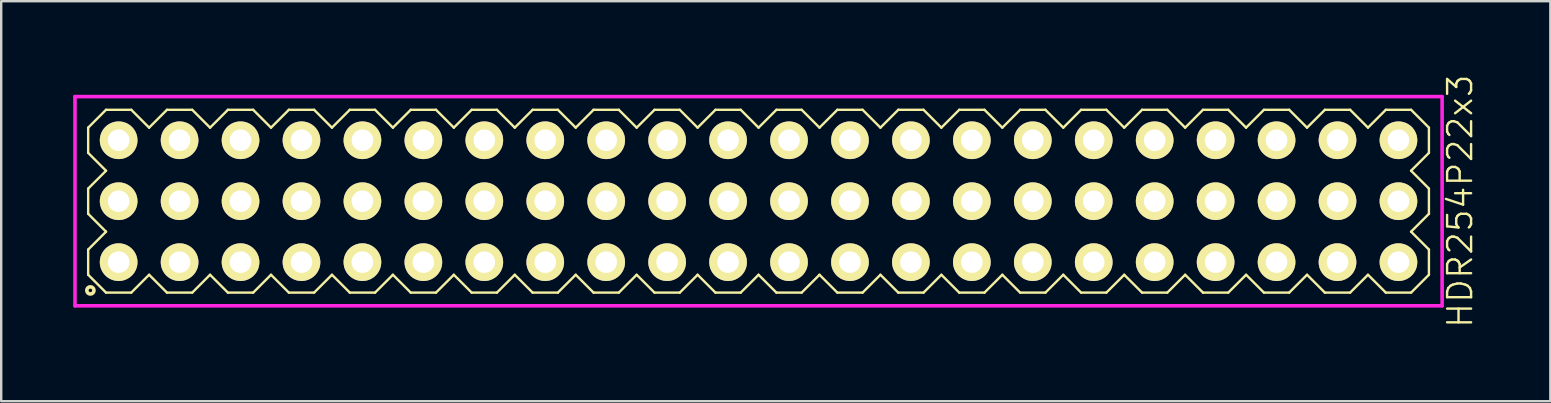
<source format=kicad_pcb>
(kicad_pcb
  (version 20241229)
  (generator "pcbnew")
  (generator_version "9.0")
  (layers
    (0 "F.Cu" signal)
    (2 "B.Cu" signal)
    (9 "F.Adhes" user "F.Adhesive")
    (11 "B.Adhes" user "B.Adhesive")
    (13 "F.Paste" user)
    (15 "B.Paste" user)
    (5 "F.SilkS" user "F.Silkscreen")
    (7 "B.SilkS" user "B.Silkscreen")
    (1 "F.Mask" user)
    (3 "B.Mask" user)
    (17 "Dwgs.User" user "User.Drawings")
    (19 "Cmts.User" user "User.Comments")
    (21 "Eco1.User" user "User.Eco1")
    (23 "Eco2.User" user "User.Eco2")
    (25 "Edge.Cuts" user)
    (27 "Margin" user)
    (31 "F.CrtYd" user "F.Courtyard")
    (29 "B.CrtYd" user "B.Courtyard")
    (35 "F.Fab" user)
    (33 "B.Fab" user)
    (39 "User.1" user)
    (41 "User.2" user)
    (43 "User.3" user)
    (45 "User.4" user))
  (footprint "HDR254P22x3"
    (layer "F.Cu")
    (at 28.565 5.336)
    (property "Reference" "HDR254P22x3" (at 29.24 0 90) (layer "F.SilkS") (effects (font (size 1 1) (thickness 0.1))))
    (attr through_hole)
    (fp_line (start -27.94 -3.066) (end -27.196 -3.81) (stroke (width 0.1) (type solid)) (layer "F.SilkS"))
    (fp_line (start -27.94 -2.014) (end -27.94 -3.066) (stroke (width 0.1) (type solid)) (layer "F.SilkS"))
    (fp_line (start -27.94 -0.526) (end -27.196 -1.27) (stroke (width 0.1) (type solid)) (layer "F.SilkS"))
    (fp_line (start -27.94 0.526) (end -27.94 -0.526) (stroke (width 0.1) (type solid)) (layer "F.SilkS"))
    (fp_line (start -27.94 2.014) (end -27.196 1.27) (stroke (width 0.1) (type solid)) (layer "F.SilkS"))
    (fp_line (start -27.94 3.066) (end -27.94 2.014) (stroke (width 0.1) (type solid)) (layer "F.SilkS"))
    (fp_line (start -27.196 -3.81) (end -26.144 -3.81) (stroke (width 0.1) (type solid)) (layer "F.SilkS"))
    (fp_line (start -27.196 -1.27) (end -27.94 -2.014) (stroke (width 0.1) (type solid)) (layer "F.SilkS"))
    (fp_line (start -27.196 1.27) (end -27.94 0.526) (stroke (width 0.1) (type solid)) (layer "F.SilkS"))
    (fp_line (start -27.196 3.81) (end -27.94 3.066) (stroke (width 0.1) (type solid)) (layer "F.SilkS"))
    (fp_line (start -26.144 -3.81) (end -25.4 -3.066) (stroke (width 0.1) (type solid)) (layer "F.SilkS"))
    (fp_line (start -26.144 3.81) (end -27.196 3.81) (stroke (width 0.1) (type solid)) (layer "F.SilkS"))
    (fp_line (start -25.4 -3.066) (end -24.656 -3.81) (stroke (width 0.1) (type solid)) (layer "F.SilkS"))
    (fp_line (start -25.4 3.066) (end -26.144 3.81) (stroke (width 0.1) (type solid)) (layer "F.SilkS"))
    (fp_line (start -24.656 -3.81) (end -23.604 -3.81) (stroke (width 0.1) (type solid)) (layer "F.SilkS"))
    (fp_line (start -24.656 3.81) (end -25.4 3.066) (stroke (width 0.1) (type solid)) (layer "F.SilkS"))
    (fp_line (start -23.604 -3.81) (end -22.86 -3.066) (stroke (width 0.1) (type solid)) (layer "F.SilkS"))
    (fp_line (start -23.604 3.81) (end -24.656 3.81) (stroke (width 0.1) (type solid)) (layer "F.SilkS"))
    (fp_line (start -22.86 -3.066) (end -22.116 -3.81) (stroke (width 0.1) (type solid)) (layer "F.SilkS"))
    (fp_line (start -22.86 3.066) (end -23.604 3.81) (stroke (width 0.1) (type solid)) (layer "F.SilkS"))
    (fp_line (start -22.116 -3.81) (end -21.064 -3.81) (stroke (width 0.1) (type solid)) (layer "F.SilkS"))
    (fp_line (start -22.116 3.81) (end -22.86 3.066) (stroke (width 0.1) (type solid)) (layer "F.SilkS"))
    (fp_line (start -21.064 -3.81) (end -20.32 -3.066) (stroke (width 0.1) (type solid)) (layer "F.SilkS"))
    (fp_line (start -21.064 3.81) (end -22.116 3.81) (stroke (width 0.1) (type solid)) (layer "F.SilkS"))
    (fp_line (start -20.32 -3.066) (end -19.576 -3.81) (stroke (width 0.1) (type solid)) (layer "F.SilkS"))
    (fp_line (start -20.32 3.066) (end -21.064 3.81) (stroke (width 0.1) (type solid)) (layer "F.SilkS"))
    (fp_line (start -19.576 -3.81) (end -18.524 -3.81) (stroke (width 0.1) (type solid)) (layer "F.SilkS"))
    (fp_line (start -19.576 3.81) (end -20.32 3.066) (stroke (width 0.1) (type solid)) (layer "F.SilkS"))
    (fp_line (start -18.524 -3.81) (end -17.78 -3.066) (stroke (width 0.1) (type solid)) (layer "F.SilkS"))
    (fp_line (start -18.524 3.81) (end -19.576 3.81) (stroke (width 0.1) (type solid)) (layer "F.SilkS"))
    (fp_line (start -17.78 -3.066) (end -17.036 -3.81) (stroke (width 0.1) (type solid)) (layer "F.SilkS"))
    (fp_line (start -17.78 3.066) (end -18.524 3.81) (stroke (width 0.1) (type solid)) (layer "F.SilkS"))
    (fp_line (start -17.036 -3.81) (end -15.984 -3.81) (stroke (width 0.1) (type solid)) (layer "F.SilkS"))
    (fp_line (start -17.036 3.81) (end -17.78 3.066) (stroke (width 0.1) (type solid)) (layer "F.SilkS"))
    (fp_line (start -15.984 -3.81) (end -15.24 -3.066) (stroke (width 0.1) (type solid)) (layer "F.SilkS"))
    (fp_line (start -15.984 3.81) (end -17.036 3.81) (stroke (width 0.1) (type solid)) (layer "F.SilkS"))
    (fp_line (start -15.24 -3.066) (end -14.496 -3.81) (stroke (width 0.1) (type solid)) (layer "F.SilkS"))
    (fp_line (start -15.24 3.066) (end -15.984 3.81) (stroke (width 0.1) (type solid)) (layer "F.SilkS"))
    (fp_line (start -14.496 -3.81) (end -13.444 -3.81) (stroke (width 0.1) (type solid)) (layer "F.SilkS"))
    (fp_line (start -14.496 3.81) (end -15.24 3.066) (stroke (width 0.1) (type solid)) (layer "F.SilkS"))
    (fp_line (start -13.444 -3.81) (end -12.7 -3.066) (stroke (width 0.1) (type solid)) (layer "F.SilkS"))
    (fp_line (start -13.444 3.81) (end -14.496 3.81) (stroke (width 0.1) (type solid)) (layer "F.SilkS"))
    (fp_line (start -12.7 -3.066) (end -11.956 -3.81) (stroke (width 0.1) (type solid)) (layer "F.SilkS"))
    (fp_line (start -12.7 3.066) (end -13.444 3.81) (stroke (width 0.1) (type solid)) (layer "F.SilkS"))
    (fp_line (start -11.956 -3.81) (end -10.904 -3.81) (stroke (width 0.1) (type solid)) (layer "F.SilkS"))
    (fp_line (start -11.956 3.81) (end -12.7 3.066) (stroke (width 0.1) (type solid)) (layer "F.SilkS"))
    (fp_line (start -10.904 -3.81) (end -10.16 -3.066) (stroke (width 0.1) (type solid)) (layer "F.SilkS"))
    (fp_line (start -10.904 3.81) (end -11.956 3.81) (stroke (width 0.1) (type solid)) (layer "F.SilkS"))
    (fp_line (start -10.16 -3.066) (end -9.416 -3.81) (stroke (width 0.1) (type solid)) (layer "F.SilkS"))
    (fp_line (start -10.16 3.066) (end -10.904 3.81) (stroke (width 0.1) (type solid)) (layer "F.SilkS"))
    (fp_line (start -9.416 -3.81) (end -8.364 -3.81) (stroke (width 0.1) (type solid)) (layer "F.SilkS"))
    (fp_line (start -9.416 3.81) (end -10.16 3.066) (stroke (width 0.1) (type solid)) (layer "F.SilkS"))
    (fp_line (start -8.364 -3.81) (end -7.62 -3.066) (stroke (width 0.1) (type solid)) (layer "F.SilkS"))
    (fp_line (start -8.364 3.81) (end -9.416 3.81) (stroke (width 0.1) (type solid)) (layer "F.SilkS"))
    (fp_line (start -7.62 -3.066) (end -6.876 -3.81) (stroke (width 0.1) (type solid)) (layer "F.SilkS"))
    (fp_line (start -7.62 3.066) (end -8.364 3.81) (stroke (width 0.1) (type solid)) (layer "F.SilkS"))
    (fp_line (start -6.876 -3.81) (end -5.824 -3.81) (stroke (width 0.1) (type solid)) (layer "F.SilkS"))
    (fp_line (start -6.876 3.81) (end -7.62 3.066) (stroke (width 0.1) (type solid)) (layer "F.SilkS"))
    (fp_line (start -5.824 -3.81) (end -5.08 -3.066) (stroke (width 0.1) (type solid)) (layer "F.SilkS"))
    (fp_line (start -5.824 3.81) (end -6.876 3.81) (stroke (width 0.1) (type solid)) (layer "F.SilkS"))
    (fp_line (start -5.08 -3.066) (end -4.336 -3.81) (stroke (width 0.1) (type solid)) (layer "F.SilkS"))
    (fp_line (start -5.08 3.066) (end -5.824 3.81) (stroke (width 0.1) (type solid)) (layer "F.SilkS"))
    (fp_line (start -4.336 -3.81) (end -3.284 -3.81) (stroke (width 0.1) (type solid)) (layer "F.SilkS"))
    (fp_line (start -4.336 3.81) (end -5.08 3.066) (stroke (width 0.1) (type solid)) (layer "F.SilkS"))
    (fp_line (start -3.284 -3.81) (end -2.54 -3.066) (stroke (width 0.1) (type solid)) (layer "F.SilkS"))
    (fp_line (start -3.284 3.81) (end -4.336 3.81) (stroke (width 0.1) (type solid)) (layer "F.SilkS"))
    (fp_line (start -2.54 -3.066) (end -1.796 -3.81) (stroke (width 0.1) (type solid)) (layer "F.SilkS"))
    (fp_line (start -2.54 3.066) (end -3.284 3.81) (stroke (width 0.1) (type solid)) (layer "F.SilkS"))
    (fp_line (start -1.796 -3.81) (end -0.744 -3.81) (stroke (width 0.1) (type solid)) (layer "F.SilkS"))
    (fp_line (start -1.796 3.81) (end -2.54 3.066) (stroke (width 0.1) (type solid)) (layer "F.SilkS"))
    (fp_line (start -0.744 -3.81) (end 0 -3.066) (stroke (width 0.1) (type solid)) (layer "F.SilkS"))
    (fp_line (start -0.744 3.81) (end -1.796 3.81) (stroke (width 0.1) (type solid)) (layer "F.SilkS"))
    (fp_line (start 0 -3.066) (end 0.744 -3.81) (stroke (width 0.1) (type solid)) (layer "F.SilkS"))
    (fp_line (start 0 3.066) (end -0.744 3.81) (stroke (width 0.1) (type solid)) (layer "F.SilkS"))
    (fp_line (start 0.744 -3.81) (end 1.796 -3.81) (stroke (width 0.1) (type solid)) (layer "F.SilkS"))
    (fp_line (start 0.744 3.81) (end 0 3.066) (stroke (width 0.1) (type solid)) (layer "F.SilkS"))
    (fp_line (start 1.796 -3.81) (end 2.54 -3.066) (stroke (width 0.1) (type solid)) (layer "F.SilkS"))
    (fp_line (start 1.796 3.81) (end 0.744 3.81) (stroke (width 0.1) (type solid)) (layer "F.SilkS"))
    (fp_line (start 2.54 -3.066) (end 3.284 -3.81) (stroke (width 0.1) (type solid)) (layer "F.SilkS"))
    (fp_line (start 2.54 3.066) (end 1.796 3.81) (stroke (width 0.1) (type solid)) (layer "F.SilkS"))
    (fp_line (start 3.284 -3.81) (end 4.336 -3.81) (stroke (width 0.1) (type solid)) (layer "F.SilkS"))
    (fp_line (start 3.284 3.81) (end 2.54 3.066) (stroke (width 0.1) (type solid)) (layer "F.SilkS"))
    (fp_line (start 4.336 -3.81) (end 5.08 -3.066) (stroke (width 0.1) (type solid)) (layer "F.SilkS"))
    (fp_line (start 4.336 3.81) (end 3.284 3.81) (stroke (width 0.1) (type solid)) (layer "F.SilkS"))
    (fp_line (start 5.08 -3.066) (end 5.824 -3.81) (stroke (width 0.1) (type solid)) (layer "F.SilkS"))
    (fp_line (start 5.08 3.066) (end 4.336 3.81) (stroke (width 0.1) (type solid)) (layer "F.SilkS"))
    (fp_line (start 5.824 -3.81) (end 6.876 -3.81) (stroke (width 0.1) (type solid)) (layer "F.SilkS"))
    (fp_line (start 5.824 3.81) (end 5.08 3.066) (stroke (width 0.1) (type solid)) (layer "F.SilkS"))
    (fp_line (start 6.876 -3.81) (end 7.62 -3.066) (stroke (width 0.1) (type solid)) (layer "F.SilkS"))
    (fp_line (start 6.876 3.81) (end 5.824 3.81) (stroke (width 0.1) (type solid)) (layer "F.SilkS"))
    (fp_line (start 7.62 -3.066) (end 8.364 -3.81) (stroke (width 0.1) (type solid)) (layer "F.SilkS"))
    (fp_line (start 7.62 3.066) (end 6.876 3.81) (stroke (width 0.1) (type solid)) (layer "F.SilkS"))
    (fp_line (start 8.364 -3.81) (end 9.416 -3.81) (stroke (width 0.1) (type solid)) (layer "F.SilkS"))
    (fp_line (start 8.364 3.81) (end 7.62 3.066) (stroke (width 0.1) (type solid)) (layer "F.SilkS"))
    (fp_line (start 9.416 -3.81) (end 10.16 -3.066) (stroke (width 0.1) (type solid)) (layer "F.SilkS"))
    (fp_line (start 9.416 3.81) (end 8.364 3.81) (stroke (width 0.1) (type solid)) (layer "F.SilkS"))
    (fp_line (start 10.16 -3.066) (end 10.904 -3.81) (stroke (width 0.1) (type solid)) (layer "F.SilkS"))
    (fp_line (start 10.16 3.066) (end 9.416 3.81) (stroke (width 0.1) (type solid)) (layer "F.SilkS"))
    (fp_line (start 10.904 -3.81) (end 11.956 -3.81) (stroke (width 0.1) (type solid)) (layer "F.SilkS"))
    (fp_line (start 10.904 3.81) (end 10.16 3.066) (stroke (width 0.1) (type solid)) (layer "F.SilkS"))
    (fp_line (start 11.956 -3.81) (end 12.7 -3.066) (stroke (width 0.1) (type solid)) (layer "F.SilkS"))
    (fp_line (start 11.956 3.81) (end 10.904 3.81) (stroke (width 0.1) (type solid)) (layer "F.SilkS"))
    (fp_line (start 12.7 -3.066) (end 13.444 -3.81) (stroke (width 0.1) (type solid)) (layer "F.SilkS"))
    (fp_line (start 12.7 3.066) (end 11.956 3.81) (stroke (width 0.1) (type solid)) (layer "F.SilkS"))
    (fp_line (start 13.444 -3.81) (end 14.496 -3.81) (stroke (width 0.1) (type solid)) (layer "F.SilkS"))
    (fp_line (start 13.444 3.81) (end 12.7 3.066) (stroke (width 0.1) (type solid)) (layer "F.SilkS"))
    (fp_line (start 14.496 -3.81) (end 15.24 -3.066) (stroke (width 0.1) (type solid)) (layer "F.SilkS"))
    (fp_line (start 14.496 3.81) (end 13.444 3.81) (stroke (width 0.1) (type solid)) (layer "F.SilkS"))
    (fp_line (start 15.24 -3.066) (end 15.984 -3.81) (stroke (width 0.1) (type solid)) (layer "F.SilkS"))
    (fp_line (start 15.24 3.066) (end 14.496 3.81) (stroke (width 0.1) (type solid)) (layer "F.SilkS"))
    (fp_line (start 15.984 -3.81) (end 17.036 -3.81) (stroke (width 0.1) (type solid)) (layer "F.SilkS"))
    (fp_line (start 15.984 3.81) (end 15.24 3.066) (stroke (width 0.1) (type solid)) (layer "F.SilkS"))
    (fp_line (start 17.036 -3.81) (end 17.78 -3.066) (stroke (width 0.1) (type solid)) (layer "F.SilkS"))
    (fp_line (start 17.036 3.81) (end 15.984 3.81) (stroke (width 0.1) (type solid)) (layer "F.SilkS"))
    (fp_line (start 17.78 -3.066) (end 18.524 -3.81) (stroke (width 0.1) (type solid)) (layer "F.SilkS"))
    (fp_line (start 17.78 3.066) (end 17.036 3.81) (stroke (width 0.1) (type solid)) (layer "F.SilkS"))
    (fp_line (start 18.524 -3.81) (end 19.576 -3.81) (stroke (width 0.1) (type solid)) (layer "F.SilkS"))
    (fp_line (start 18.524 3.81) (end 17.78 3.066) (stroke (width 0.1) (type solid)) (layer "F.SilkS"))
    (fp_line (start 19.576 -3.81) (end 20.32 -3.066) (stroke (width 0.1) (type solid)) (layer "F.SilkS"))
    (fp_line (start 19.576 3.81) (end 18.524 3.81) (stroke (width 0.1) (type solid)) (layer "F.SilkS"))
    (fp_line (start 20.32 -3.066) (end 21.064 -3.81) (stroke (width 0.1) (type solid)) (layer "F.SilkS"))
    (fp_line (start 20.32 3.066) (end 19.576 3.81) (stroke (width 0.1) (type solid)) (layer "F.SilkS"))
    (fp_line (start 21.064 -3.81) (end 22.116 -3.81) (stroke (width 0.1) (type solid)) (layer "F.SilkS"))
    (fp_line (start 21.064 3.81) (end 20.32 3.066) (stroke (width 0.1) (type solid)) (layer "F.SilkS"))
    (fp_line (start 22.116 -3.81) (end 22.86 -3.066) (stroke (width 0.1) (type solid)) (layer "F.SilkS"))
    (fp_line (start 22.116 3.81) (end 21.064 3.81) (stroke (width 0.1) (type solid)) (layer "F.SilkS"))
    (fp_line (start 22.86 -3.066) (end 23.604 -3.81) (stroke (width 0.1) (type solid)) (layer "F.SilkS"))
    (fp_line (start 22.86 3.066) (end 22.116 3.81) (stroke (width 0.1) (type solid)) (layer "F.SilkS"))
    (fp_line (start 23.604 -3.81) (end 24.656 -3.81) (stroke (width 0.1) (type solid)) (layer "F.SilkS"))
    (fp_line (start 23.604 3.81) (end 22.86 3.066) (stroke (width 0.1) (type solid)) (layer "F.SilkS"))
    (fp_line (start 24.656 -3.81) (end 25.4 -3.066) (stroke (width 0.1) (type solid)) (layer "F.SilkS"))
    (fp_line (start 24.656 3.81) (end 23.604 3.81) (stroke (width 0.1) (type solid)) (layer "F.SilkS"))
    (fp_line (start 25.4 -3.066) (end 26.144 -3.81) (stroke (width 0.1) (type solid)) (layer "F.SilkS"))
    (fp_line (start 25.4 3.066) (end 24.656 3.81) (stroke (width 0.1) (type solid)) (layer "F.SilkS"))
    (fp_line (start 26.144 -3.81) (end 27.196 -3.81) (stroke (width 0.1) (type solid)) (layer "F.SilkS"))
    (fp_line (start 26.144 3.81) (end 25.4 3.066) (stroke (width 0.1) (type solid)) (layer "F.SilkS"))
    (fp_line (start 27.196 -3.81) (end 27.94 -3.066) (stroke (width 0.1) (type solid)) (layer "F.SilkS"))
    (fp_line (start 27.196 -1.27) (end 27.94 -0.526) (stroke (width 0.1) (type solid)) (layer "F.SilkS"))
    (fp_line (start 27.196 1.27) (end 27.94 2.014) (stroke (width 0.1) (type solid)) (layer "F.SilkS"))
    (fp_line (start 27.196 3.81) (end 26.144 3.81) (stroke (width 0.1) (type solid)) (layer "F.SilkS"))
    (fp_line (start 27.94 -3.066) (end 27.94 -2.014) (stroke (width 0.1) (type solid)) (layer "F.SilkS"))
    (fp_line (start 27.94 -2.014) (end 27.196 -1.27) (stroke (width 0.1) (type solid)) (layer "F.SilkS"))
    (fp_line (start 27.94 -0.526) (end 27.94 0.526) (stroke (width 0.1) (type solid)) (layer "F.SilkS"))
    (fp_line (start 27.94 0.526) (end 27.196 1.27) (stroke (width 0.1) (type solid)) (layer "F.SilkS"))
    (fp_line (start 27.94 2.014) (end 27.94 3.066) (stroke (width 0.1) (type solid)) (layer "F.SilkS"))
    (fp_line (start 27.94 3.066) (end 27.196 3.81) (stroke (width 0.1) (type solid)) (layer "F.SilkS"))
    (fp_circle (center -27.848 3.718) (end -27.698 3.718) (stroke (width 0.15) (type solid)) (fill no) (layer "F.SilkS"))
    (fp_line (start -28.49 -4.36) (end -28.49 4.36) (stroke (width 0.15) (type solid)) (layer "F.CrtYd"))
    (fp_line (start -28.49 4.36) (end 28.49 4.36) (stroke (width 0.15) (type solid)) (layer "F.CrtYd"))
    (fp_line (start 28.49 -4.36) (end -28.49 -4.36) (stroke (width 0.15) (type solid)) (layer "F.CrtYd"))
    (fp_line (start 28.49 4.36) (end 28.49 -4.36) (stroke (width 0.15) (type solid)) (layer "F.CrtYd"))
    (pad "1" thru_hole oval (at -26.67 2.54) (size 1.57 1.57) (drill 0.9) (layers "*.Cu" "*.Mask" "F.SilkS"))
    (pad "2" thru_hole oval (at -26.67 0) (size 1.57 1.57) (drill 0.9) (layers "*.Cu" "*.Mask" "F.SilkS"))
    (pad "3" thru_hole oval (at -26.67 -2.54) (size 1.57 1.57) (drill 0.9) (layers "*.Cu" "*.Mask" "F.SilkS"))
    (pad "4" thru_hole oval (at -24.13 2.54) (size 1.57 1.57) (drill 0.9) (layers "*.Cu" "*.Mask" "F.SilkS"))
    (pad "5" thru_hole oval (at -24.13 0) (size 1.57 1.57) (drill 0.9) (layers "*.Cu" "*.Mask" "F.SilkS"))
    (pad "6" thru_hole oval (at -24.13 -2.54) (size 1.57 1.57) (drill 0.9) (layers "*.Cu" "*.Mask" "F.SilkS"))
    (pad "7" thru_hole oval (at -21.59 2.54) (size 1.57 1.57) (drill 0.9) (layers "*.Cu" "*.Mask" "F.SilkS"))
    (pad "8" thru_hole oval (at -21.59 0) (size 1.57 1.57) (drill 0.9) (layers "*.Cu" "*.Mask" "F.SilkS"))
    (pad "9" thru_hole oval (at -21.59 -2.54) (size 1.57 1.57) (drill 0.9) (layers "*.Cu" "*.Mask" "F.SilkS"))
    (pad "10" thru_hole oval (at -19.05 2.54) (size 1.57 1.57) (drill 0.9) (layers "*.Cu" "*.Mask" "F.SilkS"))
    (pad "11" thru_hole oval (at -19.05 0) (size 1.57 1.57) (drill 0.9) (layers "*.Cu" "*.Mask" "F.SilkS"))
    (pad "12" thru_hole oval (at -19.05 -2.54) (size 1.57 1.57) (drill 0.9) (layers "*.Cu" "*.Mask" "F.SilkS"))
    (pad "13" thru_hole oval (at -16.51 2.54) (size 1.57 1.57) (drill 0.9) (layers "*.Cu" "*.Mask" "F.SilkS"))
    (pad "14" thru_hole oval (at -16.51 0) (size 1.57 1.57) (drill 0.9) (layers "*.Cu" "*.Mask" "F.SilkS"))
    (pad "15" thru_hole oval (at -16.51 -2.54) (size 1.57 1.57) (drill 0.9) (layers "*.Cu" "*.Mask" "F.SilkS"))
    (pad "16" thru_hole oval (at -13.97 2.54) (size 1.57 1.57) (drill 0.9) (layers "*.Cu" "*.Mask" "F.SilkS"))
    (pad "17" thru_hole oval (at -13.97 0) (size 1.57 1.57) (drill 0.9) (layers "*.Cu" "*.Mask" "F.SilkS"))
    (pad "18" thru_hole oval (at -13.97 -2.54) (size 1.57 1.57) (drill 0.9) (layers "*.Cu" "*.Mask" "F.SilkS"))
    (pad "19" thru_hole oval (at -11.43 2.54) (size 1.57 1.57) (drill 0.9) (layers "*.Cu" "*.Mask" "F.SilkS"))
    (pad "20" thru_hole oval (at -11.43 0) (size 1.57 1.57) (drill 0.9) (layers "*.Cu" "*.Mask" "F.SilkS"))
    (pad "21" thru_hole oval (at -11.43 -2.54) (size 1.57 1.57) (drill 0.9) (layers "*.Cu" "*.Mask" "F.SilkS"))
    (pad "22" thru_hole oval (at -8.89 2.54) (size 1.57 1.57) (drill 0.9) (layers "*.Cu" "*.Mask" "F.SilkS"))
    (pad "23" thru_hole oval (at -8.89 0) (size 1.57 1.57) (drill 0.9) (layers "*.Cu" "*.Mask" "F.SilkS"))
    (pad "24" thru_hole oval (at -8.89 -2.54) (size 1.57 1.57) (drill 0.9) (layers "*.Cu" "*.Mask" "F.SilkS"))
    (pad "25" thru_hole oval (at -6.35 2.54) (size 1.57 1.57) (drill 0.9) (layers "*.Cu" "*.Mask" "F.SilkS"))
    (pad "26" thru_hole oval (at -6.35 0) (size 1.57 1.57) (drill 0.9) (layers "*.Cu" "*.Mask" "F.SilkS"))
    (pad "27" thru_hole oval (at -6.35 -2.54) (size 1.57 1.57) (drill 0.9) (layers "*.Cu" "*.Mask" "F.SilkS"))
    (pad "28" thru_hole oval (at -3.81 2.54) (size 1.57 1.57) (drill 0.9) (layers "*.Cu" "*.Mask" "F.SilkS"))
    (pad "29" thru_hole oval (at -3.81 0) (size 1.57 1.57) (drill 0.9) (layers "*.Cu" "*.Mask" "F.SilkS"))
    (pad "30" thru_hole oval (at -3.81 -2.54) (size 1.57 1.57) (drill 0.9) (layers "*.Cu" "*.Mask" "F.SilkS"))
    (pad "31" thru_hole oval (at -1.27 2.54) (size 1.57 1.57) (drill 0.9) (layers "*.Cu" "*.Mask" "F.SilkS"))
    (pad "32" thru_hole oval (at -1.27 0) (size 1.57 1.57) (drill 0.9) (layers "*.Cu" "*.Mask" "F.SilkS"))
    (pad "33" thru_hole oval (at -1.27 -2.54) (size 1.57 1.57) (drill 0.9) (layers "*.Cu" "*.Mask" "F.SilkS"))
    (pad "34" thru_hole oval (at 1.27 2.54) (size 1.57 1.57) (drill 0.9) (layers "*.Cu" "*.Mask" "F.SilkS"))
    (pad "35" thru_hole oval (at 1.27 0) (size 1.57 1.57) (drill 0.9) (layers "*.Cu" "*.Mask" "F.SilkS"))
    (pad "36" thru_hole oval (at 1.27 -2.54) (size 1.57 1.57) (drill 0.9) (layers "*.Cu" "*.Mask" "F.SilkS"))
    (pad "37" thru_hole oval (at 3.81 2.54) (size 1.57 1.57) (drill 0.9) (layers "*.Cu" "*.Mask" "F.SilkS"))
    (pad "38" thru_hole oval (at 3.81 0) (size 1.57 1.57) (drill 0.9) (layers "*.Cu" "*.Mask" "F.SilkS"))
    (pad "39" thru_hole oval (at 3.81 -2.54) (size 1.57 1.57) (drill 0.9) (layers "*.Cu" "*.Mask" "F.SilkS"))
    (pad "40" thru_hole oval (at 6.35 2.54) (size 1.57 1.57) (drill 0.9) (layers "*.Cu" "*.Mask" "F.SilkS"))
    (pad "41" thru_hole oval (at 6.35 0) (size 1.57 1.57) (drill 0.9) (layers "*.Cu" "*.Mask" "F.SilkS"))
    (pad "42" thru_hole oval (at 6.35 -2.54) (size 1.57 1.57) (drill 0.9) (layers "*.Cu" "*.Mask" "F.SilkS"))
    (pad "43" thru_hole oval (at 8.89 2.54) (size 1.57 1.57) (drill 0.9) (layers "*.Cu" "*.Mask" "F.SilkS"))
    (pad "44" thru_hole oval (at 8.89 0) (size 1.57 1.57) (drill 0.9) (layers "*.Cu" "*.Mask" "F.SilkS"))
    (pad "45" thru_hole oval (at 8.89 -2.54) (size 1.57 1.57) (drill 0.9) (layers "*.Cu" "*.Mask" "F.SilkS"))
    (pad "46" thru_hole oval (at 11.43 2.54) (size 1.57 1.57) (drill 0.9) (layers "*.Cu" "*.Mask" "F.SilkS"))
    (pad "47" thru_hole oval (at 11.43 0) (size 1.57 1.57) (drill 0.9) (layers "*.Cu" "*.Mask" "F.SilkS"))
    (pad "48" thru_hole oval (at 11.43 -2.54) (size 1.57 1.57) (drill 0.9) (layers "*.Cu" "*.Mask" "F.SilkS"))
    (pad "49" thru_hole oval (at 13.97 2.54) (size 1.57 1.57) (drill 0.9) (layers "*.Cu" "*.Mask" "F.SilkS"))
    (pad "50" thru_hole oval (at 13.97 0) (size 1.57 1.57) (drill 0.9) (layers "*.Cu" "*.Mask" "F.SilkS"))
    (pad "51" thru_hole oval (at 13.97 -2.54) (size 1.57 1.57) (drill 0.9) (layers "*.Cu" "*.Mask" "F.SilkS"))
    (pad "52" thru_hole oval (at 16.51 2.54) (size 1.57 1.57) (drill 0.9) (layers "*.Cu" "*.Mask" "F.SilkS"))
    (pad "53" thru_hole oval (at 16.51 0) (size 1.57 1.57) (drill 0.9) (layers "*.Cu" "*.Mask" "F.SilkS"))
    (pad "54" thru_hole oval (at 16.51 -2.54) (size 1.57 1.57) (drill 0.9) (layers "*.Cu" "*.Mask" "F.SilkS"))
    (pad "55" thru_hole oval (at 19.05 2.54) (size 1.57 1.57) (drill 0.9) (layers "*.Cu" "*.Mask" "F.SilkS"))
    (pad "56" thru_hole oval (at 19.05 0) (size 1.57 1.57) (drill 0.9) (layers "*.Cu" "*.Mask" "F.SilkS"))
    (pad "57" thru_hole oval (at 19.05 -2.54) (size 1.57 1.57) (drill 0.9) (layers "*.Cu" "*.Mask" "F.SilkS"))
    (pad "58" thru_hole oval (at 21.59 2.54) (size 1.57 1.57) (drill 0.9) (layers "*.Cu" "*.Mask" "F.SilkS"))
    (pad "59" thru_hole oval (at 21.59 0) (size 1.57 1.57) (drill 0.9) (layers "*.Cu" "*.Mask" "F.SilkS"))
    (pad "60" thru_hole oval (at 21.59 -2.54) (size 1.57 1.57) (drill 0.9) (layers "*.Cu" "*.Mask" "F.SilkS"))
    (pad "61" thru_hole oval (at 24.13 2.54) (size 1.57 1.57) (drill 0.9) (layers "*.Cu" "*.Mask" "F.SilkS"))
    (pad "62" thru_hole oval (at 24.13 0) (size 1.57 1.57) (drill 0.9) (layers "*.Cu" "*.Mask" "F.SilkS"))
    (pad "63" thru_hole oval (at 24.13 -2.54) (size 1.57 1.57) (drill 0.9) (layers "*.Cu" "*.Mask" "F.SilkS"))
    (pad "64" thru_hole oval (at 26.67 2.54) (size 1.57 1.57) (drill 0.9) (layers "*.Cu" "*.Mask" "F.SilkS"))
    (pad "65" thru_hole oval (at 26.67 0) (size 1.57 1.57) (drill 0.9) (layers "*.Cu" "*.Mask" "F.SilkS"))
    (pad "66" thru_hole oval (at 26.67 -2.54) (size 1.57 1.57) (drill 0.9) (layers "*.Cu" "*.Mask" "F.SilkS")))
  (gr_rect
    (start -3 -3)
    (end 61.566 13.671)
    (stroke (width 0.1) (type default))
    (fill no)
    (layer "Edge.Cuts")))
</source>
